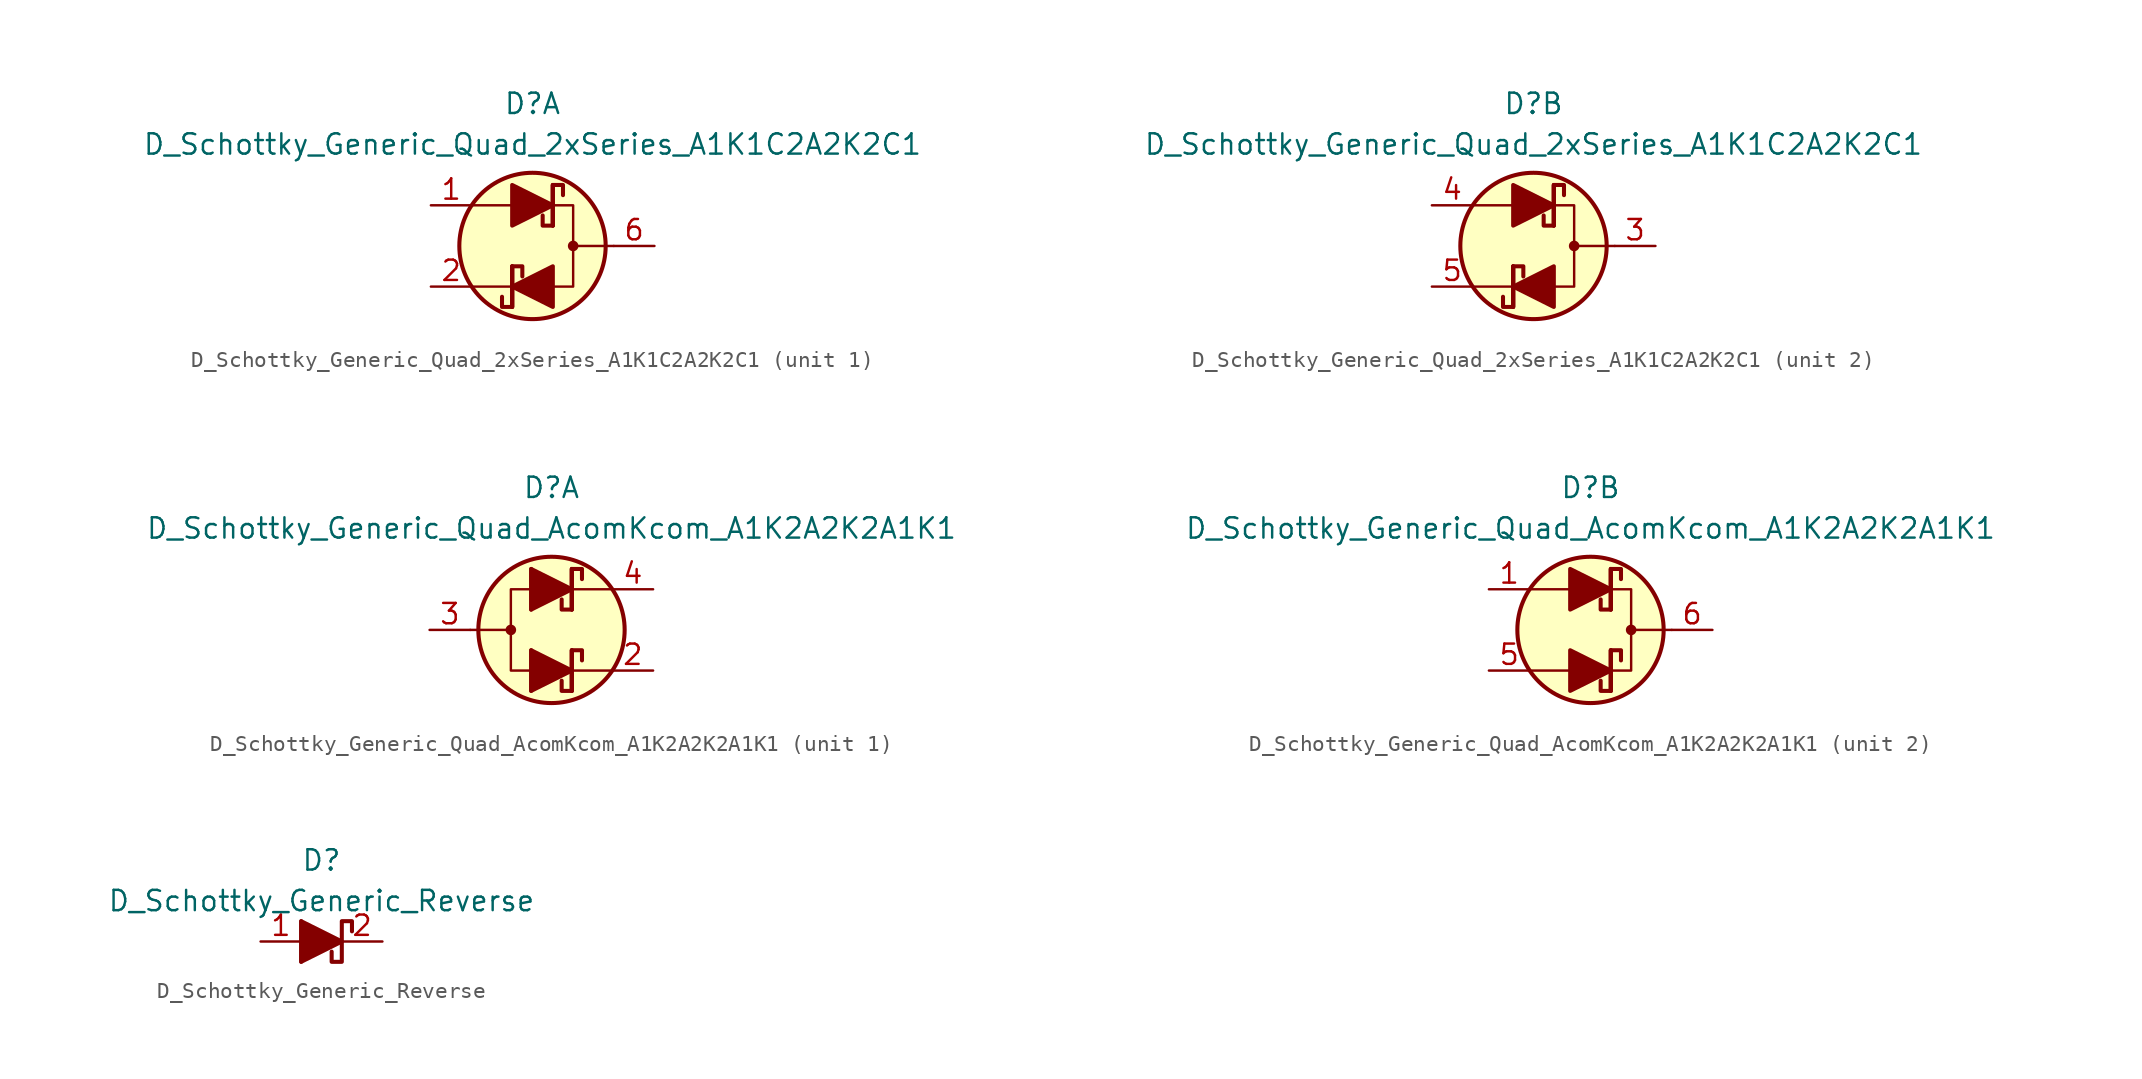
<source format=kicad_sym>
(kicad_symbol_lib
  (version 20201005)
  (generator kicad_symbol_editor)
  (symbol "Diode_Schottky_AKL:D_Schottky_Generic_Quad_2xSeries_A1K1C2A2K2C1"
    (pin_names
      (offset 1.016) hide)
    (property "Reference" "D"
      (at 0 8.89 0)
      (effects (font (size 1.27 1.27))))
    (property "Value" "D_Schottky_Generic_Quad_2xSeries_A1K1C2A2K2C1"
      (at 0 6.35 0)
      (effects (font (size 1.27 1.27))))
    (property "ki_locked" ""
      (at 0 0 0)
      (effects (font (size 1.27 1.27))))
    (symbol "D_Schottky_Generic_Quad_2xSeries_A1K1C2A2K2C1_0_1"
      (circle (center 2.54 0) (radius 0.254) (stroke (width 0)) (fill (type outline)))
      (circle (center 0 0) (radius 4.572) (stroke (width 0.254)) (fill (type background)))
      (polyline (pts (xy -1.27 -2.54) (xy -3.81 -2.54)) (stroke (width 0)) (fill (type none)))
      (polyline (pts (xy -1.27 -1.27) (xy -1.27 -3.81)) (stroke (width 0.254)) (fill (type none)))
      (polyline (pts (xy -1.27 2.54) (xy -3.81 2.54)) (stroke (width 0)) (fill (type none)))
      (polyline (pts (xy 1.27 3.81) (xy 1.27 1.27)) (stroke (width 0.254)) (fill (type none)))
      (polyline (pts (xy 5.08 0) (xy 2.54 0)) (stroke (width 0)) (fill (type none)))
      (polyline (pts (xy 1.27 -2.54) (xy 2.54 -2.54) (xy 2.54 2.54) (xy 1.27 2.54)) (stroke (width 0)) (fill (type none))))
    (symbol "D_Schottky_Generic_Quad_2xSeries_A1K1C2A2K2C1_1_1"
      (polyline (pts (xy -1.27 -3.81) (xy -1.27 -1.27)) (stroke (width 0.254)) (fill (type none)))
      (polyline (pts (xy -1.27 2.54) (xy 1.27 2.54)) (stroke (width 0)) (fill (type none)))
      (polyline (pts (xy 1.27 -2.54) (xy -1.27 -2.54)) (stroke (width 0)) (fill (type none)))
      (polyline (pts (xy 1.27 1.27) (xy 1.27 3.81)) (stroke (width 0.254)) (fill (type none)))
      (polyline (pts (xy -1.905 -3.175) (xy -1.905 -3.81) (xy -1.27 -3.81) (xy -1.27 -1.27) (xy -0.635 -1.27) (xy -0.635 -1.905)) (stroke (width 0.254)) (fill (type none)))
      (polyline (pts (xy 0.635 1.905) (xy 0.635 1.27) (xy 1.27 1.27) (xy 1.27 3.81) (xy 1.905 3.81) (xy 1.905 3.175)) (stroke (width 0.254)) (fill (type none)))
      (polyline (pts (xy -1.27 1.27) (xy -1.27 3.81) (xy 1.27 2.54) (xy -1.27 1.27)) (stroke (width 0.254)) (fill (type outline)))
      (polyline (pts (xy 1.27 -1.27) (xy 1.27 -3.81) (xy -1.27 -2.54) (xy 1.27 -1.27)) (stroke (width 0.254)) (fill (type outline)))
      (pin passive line (at -6.35 2.54 0) (length 2.54) (name "A1" (effects (font (size 1.27 1.27)))) (number "1" (effects (font (size 1.27 1.27)))))
      (pin passive line (at -6.35 -2.54 0) (length 2.54) (name "K1" (effects (font (size 1.27 1.27)))) (number "2" (effects (font (size 1.27 1.27)))))
      (pin passive line (at 7.62 0 180) (length 2.54) (name "C1" (effects (font (size 1.27 1.27)))) (number "6" (effects (font (size 1.27 1.27))))))
    (symbol "D_Schottky_Generic_Quad_2xSeries_A1K1C2A2K2C1_2_1"
      (polyline (pts (xy -1.27 -3.81) (xy -1.27 -1.27)) (stroke (width 0.254)) (fill (type none)))
      (polyline (pts (xy -1.27 2.54) (xy 1.27 2.54)) (stroke (width 0)) (fill (type none)))
      (polyline (pts (xy 1.27 -2.54) (xy -1.27 -2.54)) (stroke (width 0)) (fill (type none)))
      (polyline (pts (xy 1.27 1.27) (xy 1.27 3.81)) (stroke (width 0.254)) (fill (type none)))
      (polyline (pts (xy -1.905 -3.175) (xy -1.905 -3.81) (xy -1.27 -3.81) (xy -1.27 -1.27) (xy -0.635 -1.27) (xy -0.635 -1.905)) (stroke (width 0.254)) (fill (type none)))
      (polyline (pts (xy 0.635 1.905) (xy 0.635 1.27) (xy 1.27 1.27) (xy 1.27 3.81) (xy 1.905 3.81) (xy 1.905 3.175)) (stroke (width 0.254)) (fill (type none)))
      (polyline (pts (xy -1.27 1.27) (xy -1.27 3.81) (xy 1.27 2.54) (xy -1.27 1.27)) (stroke (width 0.254)) (fill (type outline)))
      (polyline (pts (xy 1.27 -1.27) (xy 1.27 -3.81) (xy -1.27 -2.54) (xy 1.27 -1.27)) (stroke (width 0.254)) (fill (type outline)))
      (pin passive line (at 7.62 0 180) (length 2.54) (name "C2" (effects (font (size 1.27 1.27)))) (number "3" (effects (font (size 1.27 1.27)))))
      (pin passive line (at -6.35 2.54 0) (length 2.54) (name "A2" (effects (font (size 1.27 1.27)))) (number "4" (effects (font (size 1.27 1.27)))))
      (pin passive line (at -6.35 -2.54 0) (length 2.54) (name "K2" (effects (font (size 1.27 1.27)))) (number "5" (effects (font (size 1.27 1.27)))))))
  (symbol "Diode_Schottky_AKL:D_Schottky_Generic_Quad_AcomKcom_A1K2A2K2A1K1"
    (pin_names
      (offset 1.016) hide)
    (property "Reference" "D"
      (at 0 8.89 0)
      (effects (font (size 1.27 1.27))))
    (property "Value" "D_Schottky_Generic_Quad_AcomKcom_A1K2A2K2A1K1"
      (at 0 6.35 0)
      (effects (font (size 1.27 1.27))))
    (property "ki_locked" ""
      (at 0 0 0)
      (effects (font (size 1.27 1.27))))
    (symbol "D_Schottky_Generic_Quad_AcomKcom_A1K2A2K2A1K1_1_1"
      (circle (center -2.54 0) (radius 0.254) (stroke (width 0)) (fill (type outline)))
      (circle (center 0 0) (radius 4.572) (stroke (width 0.254)) (fill (type background)))
      (polyline (pts (xy -5.08 0) (xy -2.54 0)) (stroke (width 0)) (fill (type none)))
      (polyline (pts (xy -1.27 -2.54) (xy 1.27 -2.54)) (stroke (width 0)) (fill (type none)))
      (polyline (pts (xy -1.27 -1.27) (xy -1.27 -3.81)) (stroke (width 0.254)) (fill (type none)))
      (polyline (pts (xy -1.27 2.54) (xy 1.27 2.54)) (stroke (width 0)) (fill (type none)))
      (polyline (pts (xy -1.27 3.81) (xy -1.27 1.27)) (stroke (width 0.254)) (fill (type none)))
      (polyline (pts (xy 1.27 -2.54) (xy -1.27 -2.54)) (stroke (width 0)) (fill (type none)))
      (polyline (pts (xy 1.27 -2.54) (xy 3.81 -2.54)) (stroke (width 0)) (fill (type none)))
      (polyline (pts (xy 1.27 -1.27) (xy 1.27 -3.81)) (stroke (width 0.254)) (fill (type none)))
      (polyline (pts (xy 1.27 -1.27) (xy 1.27 -3.81)) (stroke (width 0.254)) (fill (type none)))
      (polyline (pts (xy 1.27 2.54) (xy -1.27 2.54)) (stroke (width 0)) (fill (type none)))
      (polyline (pts (xy 1.27 2.54) (xy 3.81 2.54)) (stroke (width 0)) (fill (type none)))
      (polyline (pts (xy 1.27 3.81) (xy 1.27 1.27)) (stroke (width 0.254)) (fill (type none)))
      (polyline (pts (xy 1.27 3.81) (xy 1.27 1.27)) (stroke (width 0.254)) (fill (type none)))
      (polyline (pts (xy -1.27 2.54) (xy -2.54 2.54) (xy -2.54 -2.54) (xy -1.27 -2.54)) (stroke (width 0)) (fill (type none)))
      (polyline (pts (xy 1.905 -1.905) (xy 1.905 -1.27) (xy 1.27 -1.27) (xy 1.27 -3.81) (xy 0.635 -3.81) (xy 0.635 -3.175)) (stroke (width 0.254)) (fill (type none)))
      (polyline (pts (xy 1.905 3.175) (xy 1.905 3.81) (xy 1.27 3.81) (xy 1.27 1.27) (xy 0.635 1.27) (xy 0.635 1.905)) (stroke (width 0.254)) (fill (type none)))
      (polyline (pts (xy -1.27 -3.81) (xy -1.27 -1.27) (xy 1.27 -2.54) (xy -1.27 -3.81)) (stroke (width 0.254)) (fill (type outline)))
      (polyline (pts (xy -1.27 1.27) (xy -1.27 3.81) (xy 1.27 2.54) (xy -1.27 1.27)) (stroke (width 0.254)) (fill (type outline)))
      (pin passive line (at 6.35 -2.54 180) (length 2.54) (name "K2" (effects (font (size 1.27 1.27)))) (number "2" (effects (font (size 1.27 1.27)))))
      (pin passive line (at -7.62 0 0) (length 2.54) (name "A2" (effects (font (size 1.27 1.27)))) (number "3" (effects (font (size 1.27 1.27)))))
      (pin passive line (at 6.35 2.54 180) (length 2.54) (name "K2" (effects (font (size 1.27 1.27)))) (number "4" (effects (font (size 1.27 1.27))))))
    (symbol "D_Schottky_Generic_Quad_AcomKcom_A1K2A2K2A1K1_2_1"
      (circle (center 2.54 0) (radius 0.254) (stroke (width 0)) (fill (type outline)))
      (circle (center 0 0) (radius 4.572) (stroke (width 0.254)) (fill (type background)))
      (polyline (pts (xy -1.27 -2.54) (xy -3.81 -2.54)) (stroke (width 0)) (fill (type none)))
      (polyline (pts (xy -1.27 -2.54) (xy 1.27 -2.54)) (stroke (width 0)) (fill (type none)))
      (polyline (pts (xy -1.27 2.54) (xy -3.81 2.54)) (stroke (width 0)) (fill (type none)))
      (polyline (pts (xy -1.27 2.54) (xy 1.27 2.54)) (stroke (width 0)) (fill (type none)))
      (polyline (pts (xy 1.27 -3.81) (xy 1.27 -1.27)) (stroke (width 0.254)) (fill (type none)))
      (polyline (pts (xy 1.27 -3.81) (xy 1.27 -1.27)) (stroke (width 0.254)) (fill (type none)))
      (polyline (pts (xy 1.27 1.27) (xy 1.27 3.81)) (stroke (width 0.254)) (fill (type none)))
      (polyline (pts (xy 1.27 1.27) (xy 1.27 3.81)) (stroke (width 0.254)) (fill (type none)))
      (polyline (pts (xy 5.08 0) (xy 2.54 0)) (stroke (width 0)) (fill (type none)))
      (polyline (pts (xy 1.27 -2.54) (xy 2.54 -2.54) (xy 2.54 2.54) (xy 1.27 2.54)) (stroke (width 0)) (fill (type none)))
      (polyline (pts (xy 0.635 -3.175) (xy 0.635 -3.81) (xy 1.27 -3.81) (xy 1.27 -1.27) (xy 1.905 -1.27) (xy 1.905 -1.905)) (stroke (width 0.254)) (fill (type none)))
      (polyline (pts (xy 0.635 1.905) (xy 0.635 1.27) (xy 1.27 1.27) (xy 1.27 3.81) (xy 1.905 3.81) (xy 1.905 3.175)) (stroke (width 0.254)) (fill (type none)))
      (polyline (pts (xy -1.27 -3.81) (xy -1.27 -1.27) (xy 1.27 -2.54) (xy -1.27 -3.81)) (stroke (width 0.254)) (fill (type outline)))
      (polyline (pts (xy -1.27 1.27) (xy -1.27 3.81) (xy 1.27 2.54) (xy -1.27 1.27)) (stroke (width 0.254)) (fill (type outline)))
      (pin passive line (at -6.35 2.54 0) (length 2.54) (name "A1" (effects (font (size 1.27 1.27)))) (number "1" (effects (font (size 1.27 1.27)))))
      (pin passive line (at -6.35 -2.54 0) (length 2.54) (name "A1" (effects (font (size 1.27 1.27)))) (number "5" (effects (font (size 1.27 1.27)))))
      (pin passive line (at 7.62 0 180) (length 2.54) (name "K1" (effects (font (size 1.27 1.27)))) (number "6" (effects (font (size 1.27 1.27)))))))
  (symbol "Diode_Schottky_AKL:D_Schottky_Generic_Reverse"
    (pin_names
      (offset 1.016) hide)
    (property "Reference" "D"
      (at 0 5.08 0)
      (effects (font (size 1.27 1.27))))
    (property "Value" "D_Schottky_Generic_Reverse"
      (at 0 2.54 0)
      (effects (font (size 1.27 1.27))))
    (symbol "D_Schottky_Generic_Reverse_0_1"
      (polyline (pts (xy -1.27 0) (xy 1.27 0)) (stroke (width 0)) (fill (type none)))
      (polyline (pts (xy -1.27 1.27) (xy -1.27 -1.27)) (stroke (width 0.254)) (fill (type none)))
      (polyline (pts (xy -1.27 -1.27) (xy -1.27 1.27) (xy 1.27 0) (xy -1.27 -1.27)) (stroke (width 0.254)) (fill (type outline))))
    (symbol "D_Schottky_Generic_Reverse_1_1"
      (polyline (pts (xy 1.905 0.635) (xy 1.905 1.27) (xy 1.27 1.27) (xy 1.27 -1.27) (xy 0.635 -1.27) (xy 0.635 -0.635)) (stroke (width 0.254)) (fill (type none)))
      (pin passive line (at -3.81 0 0) (length 2.54) (name "A" (effects (font (size 1.27 1.27)))) (number "1" (effects (font (size 1.27 1.27)))))
      (pin passive line (at 3.81 0 180) (length 2.54) (name "K" (effects (font (size 1.27 1.27)))) (number "2" (effects (font (size 1.27 1.27))))))))
</source>
